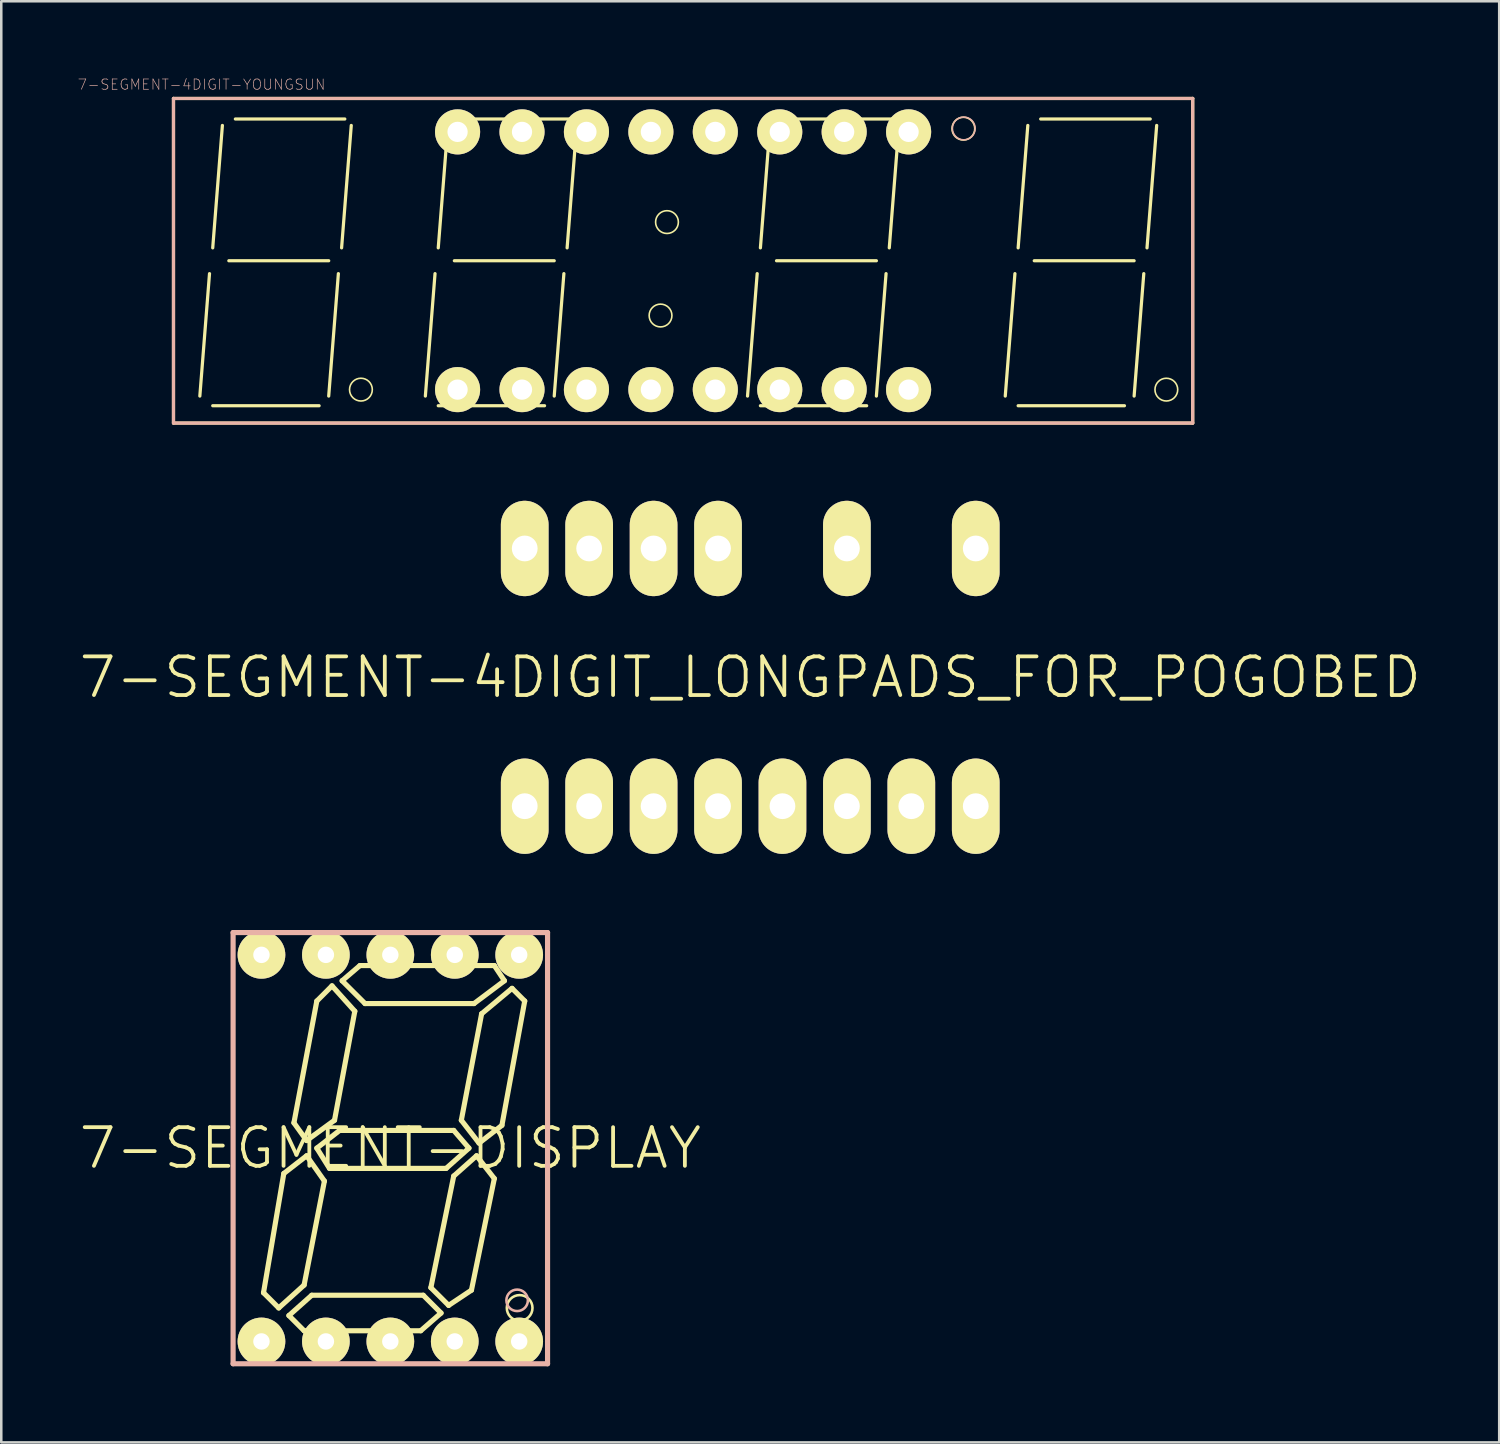
<source format=kicad_pcb>
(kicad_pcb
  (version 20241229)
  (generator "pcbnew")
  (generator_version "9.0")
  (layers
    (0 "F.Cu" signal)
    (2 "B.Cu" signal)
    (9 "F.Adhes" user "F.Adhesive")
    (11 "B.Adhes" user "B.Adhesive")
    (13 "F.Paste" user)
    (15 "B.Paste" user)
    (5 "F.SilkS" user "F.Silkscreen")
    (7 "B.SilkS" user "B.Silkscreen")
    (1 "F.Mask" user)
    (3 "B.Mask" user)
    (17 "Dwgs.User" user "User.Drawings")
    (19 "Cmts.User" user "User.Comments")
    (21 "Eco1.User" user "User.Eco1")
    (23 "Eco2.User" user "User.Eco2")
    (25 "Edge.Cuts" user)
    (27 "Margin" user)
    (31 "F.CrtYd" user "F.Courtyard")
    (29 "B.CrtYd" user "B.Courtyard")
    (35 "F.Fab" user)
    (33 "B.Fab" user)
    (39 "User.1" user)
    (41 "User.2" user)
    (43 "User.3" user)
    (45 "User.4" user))
  (footprint "7-SEGMENT-4DIGIT-YOUNGSUN"
    (layer "F.Cu")
    (at 23.878 7.229)
    (property "Reference" "7-SEGMENT-4DIGIT-YOUNGSUN" (at -18.984 -6.947 0) (layer "B.SilkS") (effects (font (size 0.406 0.406) (thickness 0.025))))
    (attr exclude_from_pos_files exclude_from_bom)
    (fp_line (start -20.089 -6.398) (end -20.089 6.398) (stroke (width 0.127) (type solid)) (layer "F.SilkS"))
    (fp_line (start -20.089 -6.398) (end 20.089 -6.398) (stroke (width 0.127) (type solid)) (layer "F.SilkS"))
    (fp_line (start -20.089 6.398) (end 20.089 6.398) (stroke (width 0.127) (type solid)) (layer "F.SilkS"))
    (fp_line (start -18.669 0.508) (end -19.05 5.334) (stroke (width 0.127) (type solid)) (layer "F.SilkS"))
    (fp_line (start -18.542 5.715) (end -14.348 5.715) (stroke (width 0.127) (type solid)) (layer "F.SilkS"))
    (fp_line (start -18.161 -5.334) (end -18.542 -0.508) (stroke (width 0.127) (type solid)) (layer "F.SilkS"))
    (fp_line (start -17.907 0) (end -13.97 0) (stroke (width 0.127) (type solid)) (layer "F.SilkS"))
    (fp_line (start -17.65 -5.588) (end -13.335 -5.588) (stroke (width 0.127) (type solid)) (layer "F.SilkS"))
    (fp_line (start -13.589 0.508) (end -13.97 5.334) (stroke (width 0.127) (type solid)) (layer "F.SilkS"))
    (fp_line (start -13.081 -5.334) (end -13.462 -0.508) (stroke (width 0.127) (type solid)) (layer "F.SilkS"))
    (fp_line (start -9.779 0.508) (end -10.16 5.334) (stroke (width 0.127) (type solid)) (layer "F.SilkS"))
    (fp_line (start -9.652 5.715) (end -5.461 5.715) (stroke (width 0.127) (type solid)) (layer "F.SilkS"))
    (fp_line (start -9.271 -5.334) (end -9.652 -0.508) (stroke (width 0.127) (type solid)) (layer "F.SilkS"))
    (fp_line (start -9.017 0) (end -5.08 0) (stroke (width 0.127) (type solid)) (layer "F.SilkS"))
    (fp_line (start -8.76 -5.588) (end -4.445 -5.588) (stroke (width 0.127) (type solid)) (layer "F.SilkS"))
    (fp_line (start -4.699 0.508) (end -5.08 5.334) (stroke (width 0.127) (type solid)) (layer "F.SilkS"))
    (fp_line (start -4.191 -5.334) (end -4.572 -0.508) (stroke (width 0.127) (type solid)) (layer "F.SilkS"))
    (fp_line (start 2.921 0.508) (end 2.54 5.334) (stroke (width 0.127) (type solid)) (layer "F.SilkS"))
    (fp_line (start 3.048 5.715) (end 7.236 5.715) (stroke (width 0.127) (type solid)) (layer "F.SilkS"))
    (fp_line (start 3.429 -5.334) (end 3.048 -0.508) (stroke (width 0.127) (type solid)) (layer "F.SilkS"))
    (fp_line (start 3.683 0) (end 7.62 0) (stroke (width 0.127) (type solid)) (layer "F.SilkS"))
    (fp_line (start 3.937 -5.588) (end 8.255 -5.588) (stroke (width 0.127) (type solid)) (layer "F.SilkS"))
    (fp_line (start 8.001 0.508) (end 7.62 5.334) (stroke (width 0.127) (type solid)) (layer "F.SilkS"))
    (fp_line (start 8.509 -5.334) (end 8.128 -0.508) (stroke (width 0.127) (type solid)) (layer "F.SilkS"))
    (fp_line (start 13.081 0.508) (end 12.7 5.334) (stroke (width 0.127) (type solid)) (layer "F.SilkS"))
    (fp_line (start 13.208 5.715) (end 17.399 5.715) (stroke (width 0.127) (type solid)) (layer "F.SilkS"))
    (fp_line (start 13.589 -5.334) (end 13.208 -0.508) (stroke (width 0.127) (type solid)) (layer "F.SilkS"))
    (fp_line (start 13.843 0) (end 17.78 0) (stroke (width 0.127) (type solid)) (layer "F.SilkS"))
    (fp_line (start 14.097 -5.588) (end 18.415 -5.588) (stroke (width 0.127) (type solid)) (layer "F.SilkS"))
    (fp_line (start 18.161 0.508) (end 17.78 5.334) (stroke (width 0.127) (type solid)) (layer "F.SilkS"))
    (fp_line (start 18.669 -5.334) (end 18.288 -0.508) (stroke (width 0.127) (type solid)) (layer "F.SilkS"))
    (fp_line (start 20.089 -6.398) (end 20.089 6.398) (stroke (width 0.127) (type solid)) (layer "F.SilkS"))
    (fp_circle (center -12.7 5.08) (end -13.018 5.397) (stroke (width 0.064) (type solid)) (fill no) (layer "F.SilkS"))
    (fp_circle (center -3.81 5.08) (end -4.128 5.397) (stroke (width 0.064) (type solid)) (fill no) (layer "F.SilkS"))
    (fp_circle (center -0.889 2.159) (end -1.206 2.477) (stroke (width 0.064) (type solid)) (fill no) (layer "F.SilkS"))
    (fp_circle (center -0.635 -1.524) (end -0.953 -1.841) (stroke (width 0.064) (type solid)) (fill no) (layer "F.SilkS"))
    (fp_circle (center 8.89 5.08) (end 9.207 5.397) (stroke (width 0.064) (type solid)) (fill no) (layer "F.SilkS"))
    (fp_circle (center 11.049 -5.207) (end 11.367 -5.524) (stroke (width 0.064) (type solid)) (fill no) (layer "F.SilkS"))
    (fp_circle (center 19.05 5.08) (end 19.367 5.397) (stroke (width 0.064) (type solid)) (fill no) (layer "F.SilkS"))
    (fp_line (start -20.089 -6.398) (end -20.089 6.398) (stroke (width 0.127) (type solid)) (layer "B.SilkS"))
    (fp_line (start -20.089 -6.398) (end 20.089 -6.398) (stroke (width 0.127) (type solid)) (layer "B.SilkS"))
    (fp_line (start -20.089 6.398) (end 20.089 6.398) (stroke (width 0.127) (type solid)) (layer "B.SilkS"))
    (fp_line (start 20.089 -6.398) (end 20.089 6.398) (stroke (width 0.127) (type solid)) (layer "B.SilkS"))
    (fp_circle (center 11.064 -5.215) (end 11.382 -5.532) (stroke (width 0.064) (type solid)) (fill no) (layer "B.SilkS"))
    (pad "1" thru_hole circle (at -8.89 5.08) (size 1.778 1.778) (drill 0.798) (layers "*.Cu" "F.Mask" "F.SilkS" "F.Paste"))
    (pad "2" thru_hole circle (at -6.35 5.08) (size 1.778 1.778) (drill 0.798) (layers "*.Cu" "F.Mask" "F.SilkS" "F.Paste"))
    (pad "3" thru_hole circle (at -3.81 5.08) (size 1.778 1.778) (drill 0.798) (layers "*.Cu" "F.Mask" "F.SilkS" "F.Paste"))
    (pad "4" thru_hole circle (at -1.27 5.08) (size 1.778 1.778) (drill 0.798) (layers "*.Cu" "F.Mask" "F.SilkS" "F.Paste"))
    (pad "5" thru_hole circle (at 1.27 5.08) (size 1.778 1.778) (drill 0.798) (layers "*.Cu" "F.Mask" "F.SilkS" "F.Paste"))
    (pad "6" thru_hole circle (at 3.81 5.08) (size 1.778 1.778) (drill 0.798) (layers "*.Cu" "F.Mask" "F.SilkS" "F.Paste"))
    (pad "7" thru_hole circle (at 6.35 5.08) (size 1.778 1.778) (drill 0.798) (layers "*.Cu" "F.Mask" "F.SilkS" "F.Paste"))
    (pad "8" thru_hole circle (at 8.89 5.08) (size 1.778 1.778) (drill 0.798) (layers "*.Cu" "F.Mask" "F.SilkS" "F.Paste"))
    (pad "9" thru_hole circle (at 8.89 -5.08) (size 1.778 1.778) (drill 0.798) (layers "*.Cu" "F.Mask" "F.SilkS" "F.Paste"))
    (pad "10" thru_hole circle (at 6.35 -5.08) (size 1.778 1.778) (drill 0.798) (layers "*.Cu" "F.Mask" "F.SilkS" "F.Paste"))
    (pad "11" thru_hole circle (at 3.81 -5.08) (size 1.778 1.778) (drill 0.798) (layers "*.Cu" "F.Mask" "F.SilkS" "F.Paste"))
    (pad "12" thru_hole circle (at 1.27 -5.08) (size 1.778 1.778) (drill 0.798) (layers "*.Cu" "F.Mask" "F.SilkS" "F.Paste"))
    (pad "13" thru_hole circle (at -1.27 -5.08) (size 1.778 1.778) (drill 0.798) (layers "*.Cu" "F.Mask" "F.SilkS" "F.Paste"))
    (pad "14" thru_hole circle (at -3.81 -5.08) (size 1.778 1.778) (drill 0.798) (layers "*.Cu" "F.Mask" "F.SilkS" "F.Paste"))
    (pad "15" thru_hole circle (at -6.35 -5.08) (size 1.778 1.778) (drill 0.798) (layers "*.Cu" "F.Mask" "F.SilkS" "F.Paste"))
    (pad "16" thru_hole circle (at -8.89 -5.08) (size 1.778 1.778) (drill 0.798) (layers "*.Cu" "F.Mask" "F.SilkS" "F.Paste")))
  (footprint "7-SEGMENT-DISPLAY"
    (layer "F.Cu")
    (at 12.337 42.211)
    (property "Reference" "7-SEGMENT-DISPLAY" (at 0 0 0) (layer "F.SilkS") (effects (font (size 1.524 1.524) (thickness 0.15))))
    (attr exclude_from_pos_files exclude_from_bom)
    (fp_line (start -4.999 5.7) (end -4.399 6.299) (stroke (width 0.203) (type solid)) (layer "F.SilkS"))
    (fp_line (start -4.399 6.299) (end -3.399 5.397) (stroke (width 0.203) (type solid)) (layer "F.SilkS"))
    (fp_line (start -4.199 0.998) (end -4.999 5.7) (stroke (width 0.203) (type solid)) (layer "F.SilkS"))
    (fp_line (start -3.998 6.599) (end -3.099 5.799) (stroke (width 0.203) (type solid)) (layer "F.SilkS"))
    (fp_line (start -3.8 -0.998) (end -2.898 -5.799) (stroke (width 0.203) (type solid)) (layer "F.SilkS"))
    (fp_line (start -3.399 5.397) (end -2.598 1.298) (stroke (width 0.203) (type solid)) (layer "F.SilkS"))
    (fp_line (start -3.399 7.198) (end -3.998 6.599) (stroke (width 0.203) (type solid)) (layer "F.SilkS"))
    (fp_line (start -3.299 -0.3) (end -3.8 -0.998) (stroke (width 0.203) (type solid)) (layer "F.SilkS"))
    (fp_line (start -3.299 0.3) (end -4.199 0.998) (stroke (width 0.203) (type solid)) (layer "F.SilkS"))
    (fp_line (start -3.099 5.799) (end 1.298 5.799) (stroke (width 0.203) (type solid)) (layer "F.SilkS"))
    (fp_line (start -2.898 -5.799) (end -2.299 -6.398) (stroke (width 0.203) (type solid)) (layer "F.SilkS"))
    (fp_line (start -2.898 0) (end -1.999 -0.699) (stroke (width 0.203) (type solid)) (layer "F.SilkS"))
    (fp_line (start -2.598 1.298) (end -3.299 0.3) (stroke (width 0.203) (type solid)) (layer "F.SilkS"))
    (fp_line (start -2.398 0.798) (end -2.898 0) (stroke (width 0.203) (type solid)) (layer "F.SilkS"))
    (fp_line (start -2.299 -6.398) (end -1.4 -5.397) (stroke (width 0.203) (type solid)) (layer "F.SilkS"))
    (fp_line (start -2.2 -1.1) (end -3.299 -0.3) (stroke (width 0.203) (type solid)) (layer "F.SilkS"))
    (fp_line (start -1.999 -0.699) (end 2.499 -0.699) (stroke (width 0.203) (type solid)) (layer "F.SilkS"))
    (fp_line (start -1.9 -6.599) (end -0.998 -5.7) (stroke (width 0.203) (type solid)) (layer "F.SilkS"))
    (fp_line (start -1.4 -5.397) (end -2.2 -1.1) (stroke (width 0.203) (type solid)) (layer "F.SilkS"))
    (fp_line (start -1.199 -7.198) (end -1.9 -6.599) (stroke (width 0.203) (type solid)) (layer "F.SilkS"))
    (fp_line (start -0.998 -5.7) (end 3.299 -5.7) (stroke (width 0.203) (type solid)) (layer "F.SilkS"))
    (fp_line (start 1.199 7.198) (end -3.399 7.198) (stroke (width 0.203) (type solid)) (layer "F.SilkS"))
    (fp_line (start 1.298 5.799) (end 1.999 6.5) (stroke (width 0.203) (type solid)) (layer "F.SilkS"))
    (fp_line (start 1.598 5.499) (end 2.499 1.1) (stroke (width 0.203) (type solid)) (layer "F.SilkS"))
    (fp_line (start 1.999 6.5) (end 1.199 7.198) (stroke (width 0.203) (type solid)) (layer "F.SilkS"))
    (fp_line (start 2.2 0.798) (end -2.398 0.798) (stroke (width 0.203) (type solid)) (layer "F.SilkS"))
    (fp_line (start 2.299 6.198) (end 1.598 5.499) (stroke (width 0.203) (type solid)) (layer "F.SilkS"))
    (fp_line (start 2.499 -0.699) (end 3.099 0) (stroke (width 0.203) (type solid)) (layer "F.SilkS"))
    (fp_line (start 2.499 1.1) (end 3.399 0.3) (stroke (width 0.203) (type solid)) (layer "F.SilkS"))
    (fp_line (start 2.799 -1.1) (end 3.599 -5.298) (stroke (width 0.203) (type solid)) (layer "F.SilkS"))
    (fp_line (start 3.099 0) (end 2.2 0.798) (stroke (width 0.203) (type solid)) (layer "F.SilkS"))
    (fp_line (start 3.198 5.598) (end 2.299 6.198) (stroke (width 0.203) (type solid)) (layer "F.SilkS"))
    (fp_line (start 3.299 -5.7) (end 4.498 -6.599) (stroke (width 0.203) (type solid)) (layer "F.SilkS"))
    (fp_line (start 3.399 0.3) (end 4.1 1.199) (stroke (width 0.203) (type solid)) (layer "F.SilkS"))
    (fp_line (start 3.498 -0.198) (end 2.799 -1.1) (stroke (width 0.203) (type solid)) (layer "F.SilkS"))
    (fp_line (start 3.599 -5.298) (end 4.798 -6.299) (stroke (width 0.203) (type solid)) (layer "F.SilkS"))
    (fp_line (start 4.1 -7.198) (end -1.199 -7.198) (stroke (width 0.203) (type solid)) (layer "F.SilkS"))
    (fp_line (start 4.1 1.199) (end 3.198 5.598) (stroke (width 0.203) (type solid)) (layer "F.SilkS"))
    (fp_line (start 4.399 -0.899) (end 3.498 -0.198) (stroke (width 0.203) (type solid)) (layer "F.SilkS"))
    (fp_line (start 4.498 -6.599) (end 4.1 -7.198) (stroke (width 0.203) (type solid)) (layer "F.SilkS"))
    (fp_line (start 4.798 -6.299) (end 5.298 -5.799) (stroke (width 0.203) (type solid)) (layer "F.SilkS"))
    (fp_line (start 5.298 -5.799) (end 4.399 -0.899) (stroke (width 0.203) (type solid)) (layer "F.SilkS"))
    (fp_circle (center 5.098 6.299) (end 5.456 6.657) (stroke (width 0.102) (type solid)) (fill no) (layer "F.SilkS"))
    (fp_line (start -6.198 -8.499) (end -6.198 8.499) (stroke (width 0.203) (type solid)) (layer "B.SilkS"))
    (fp_line (start -6.198 8.499) (end 6.198 8.499) (stroke (width 0.203) (type solid)) (layer "B.SilkS"))
    (fp_line (start 6.198 -8.499) (end -6.198 -8.499) (stroke (width 0.203) (type solid)) (layer "B.SilkS"))
    (fp_line (start 6.198 8.499) (end 6.198 -8.499) (stroke (width 0.203) (type solid)) (layer "B.SilkS"))
    (fp_circle (center 4.999 5.999) (end 5.298 6.299) (stroke (width 0.102) (type solid)) (fill no) (layer "B.SilkS"))
    (pad "1" thru_hole circle (at -5.08 7.62) (size 1.88 1.88) (drill 0.648) (layers "*.Cu" "F.Mask" "F.SilkS" "F.Paste"))
    (pad "2" thru_hole circle (at -2.54 7.62) (size 1.88 1.88) (drill 0.648) (layers "*.Cu" "F.Mask" "F.SilkS" "F.Paste"))
    (pad "3" thru_hole circle (at 0 7.62) (size 1.88 1.88) (drill 0.648) (layers "*.Cu" "F.Mask" "F.SilkS" "F.Paste"))
    (pad "4" thru_hole circle (at 2.54 7.62) (size 1.88 1.88) (drill 0.648) (layers "*.Cu" "F.Mask" "F.SilkS" "F.Paste"))
    (pad "5" thru_hole circle (at 5.08 7.62) (size 1.88 1.88) (drill 0.648) (layers "*.Cu" "F.Mask" "F.SilkS" "F.Paste"))
    (pad "6" thru_hole circle (at 5.08 -7.62) (size 1.88 1.88) (drill 0.648) (layers "*.Cu" "F.Mask" "F.SilkS" "F.Paste"))
    (pad "7" thru_hole circle (at 2.54 -7.62) (size 1.88 1.88) (drill 0.648) (layers "*.Cu" "F.Mask" "F.SilkS" "F.Paste"))
    (pad "8" thru_hole circle (at 0 -7.62) (size 1.88 1.88) (drill 0.648) (layers "*.Cu" "F.Mask" "F.SilkS" "F.Paste"))
    (pad "9" thru_hole circle (at -2.54 -7.62) (size 1.88 1.88) (drill 0.648) (layers "*.Cu" "F.Mask" "F.SilkS" "F.Paste"))
    (pad "10" thru_hole circle (at -5.08 -7.62) (size 1.88 1.88) (drill 0.648) (layers "*.Cu" "F.Mask" "F.SilkS" "F.Paste")))
  (footprint "7-SEGMENT-4DIGIT_LONGPADS_FOR_POGOBED"
    (layer "F.Cu")
    (at 26.525 23.651)
    (property "Reference" "7-SEGMENT-4DIGIT_LONGPADS_FOR_POGOBED" (at 0 0 0) (layer "F.SilkS") (effects (font (size 1.524 1.524) (thickness 0.15))))
    (attr exclude_from_pos_files exclude_from_bom)
    (pad "1" thru_hole oval (at -8.89 5.08 180) (size 1.88 3.759) (drill 1.016) (layers "*.Cu" "F.Mask" "F.SilkS" "F.Paste"))
    (pad "2" thru_hole oval (at -6.35 5.08 180) (size 1.88 3.759) (drill 1.016) (layers "*.Cu" "F.Mask" "F.SilkS" "F.Paste"))
    (pad "3" thru_hole oval (at -3.81 5.08 180) (size 1.88 3.759) (drill 1.016) (layers "*.Cu" "F.Mask" "F.SilkS" "F.Paste"))
    (pad "4" thru_hole oval (at -1.27 5.08 180) (size 1.88 3.759) (drill 1.016) (layers "*.Cu" "F.Mask" "F.SilkS" "F.Paste"))
    (pad "5" thru_hole oval (at 1.27 5.08 180) (size 1.88 3.759) (drill 1.016) (layers "*.Cu" "F.Mask" "F.SilkS" "F.Paste"))
    (pad "6" thru_hole oval (at 3.81 5.08 180) (size 1.88 3.759) (drill 1.016) (layers "*.Cu" "F.Mask" "F.SilkS" "F.Paste"))
    (pad "7" thru_hole oval (at 6.35 5.08 180) (size 1.88 3.759) (drill 1.016) (layers "*.Cu" "F.Mask" "F.SilkS" "F.Paste"))
    (pad "8" thru_hole oval (at 8.89 5.08 180) (size 1.88 3.759) (drill 1.016) (layers "*.Cu" "F.Mask" "F.SilkS" "F.Paste"))
    (pad "9" thru_hole oval (at 8.89 -5.08 180) (size 1.88 3.759) (drill 1.016) (layers "*.Cu" "F.Mask" "F.SilkS" "F.Paste"))
    (pad "11" thru_hole oval (at 3.81 -5.08 180) (size 1.88 3.759) (drill 1.016) (layers "*.Cu" "F.Mask" "F.SilkS" "F.Paste"))
    (pad "13" thru_hole oval (at -1.27 -5.08 180) (size 1.88 3.759) (drill 1.016) (layers "*.Cu" "F.Mask" "F.SilkS" "F.Paste"))
    (pad "14" thru_hole oval (at -3.81 -5.08 180) (size 1.88 3.759) (drill 1.016) (layers "*.Cu" "F.Mask" "F.SilkS" "F.Paste"))
    (pad "15" thru_hole oval (at -6.35 -5.08 180) (size 1.88 3.759) (drill 1.016) (layers "*.Cu" "F.Mask" "F.SilkS" "F.Paste"))
    (pad "16" thru_hole oval (at -8.89 -5.08 180) (size 1.88 3.759) (drill 1.016) (layers "*.Cu" "F.Mask" "F.SilkS" "F.Paste")))
  (gr_rect
    (start -3 -3)
    (end 56.05 53.811)
    (stroke (width 0.1) (type default))
    (fill no)
    (layer "Edge.Cuts")))
</source>
